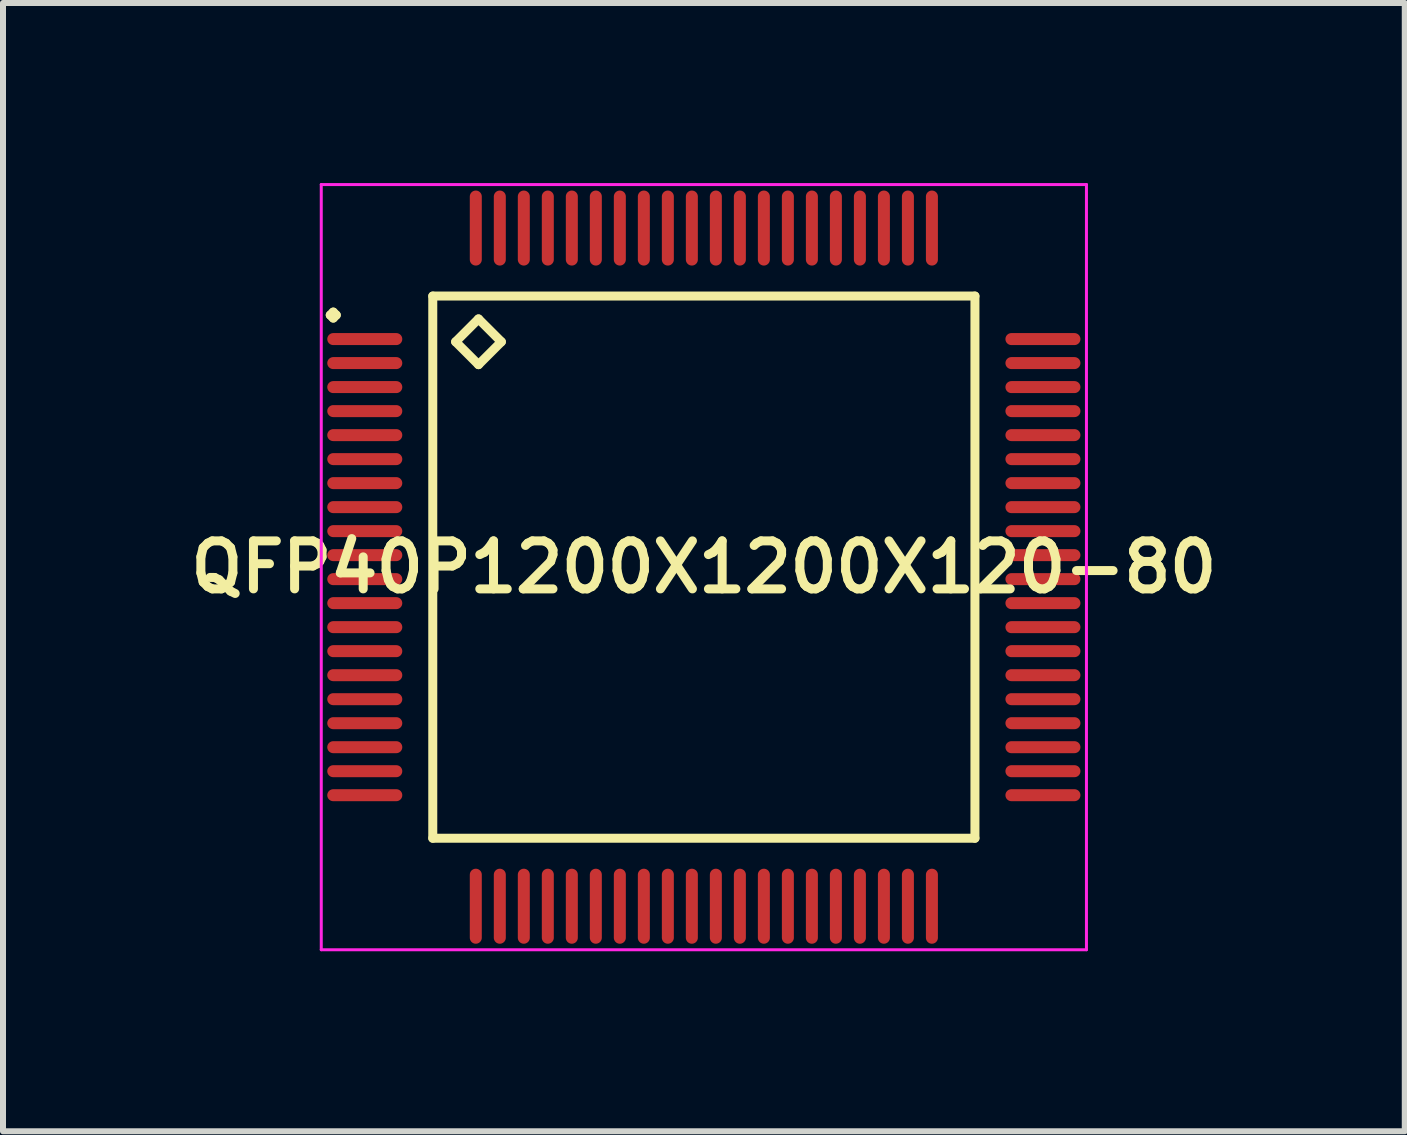
<source format=kicad_pcb>
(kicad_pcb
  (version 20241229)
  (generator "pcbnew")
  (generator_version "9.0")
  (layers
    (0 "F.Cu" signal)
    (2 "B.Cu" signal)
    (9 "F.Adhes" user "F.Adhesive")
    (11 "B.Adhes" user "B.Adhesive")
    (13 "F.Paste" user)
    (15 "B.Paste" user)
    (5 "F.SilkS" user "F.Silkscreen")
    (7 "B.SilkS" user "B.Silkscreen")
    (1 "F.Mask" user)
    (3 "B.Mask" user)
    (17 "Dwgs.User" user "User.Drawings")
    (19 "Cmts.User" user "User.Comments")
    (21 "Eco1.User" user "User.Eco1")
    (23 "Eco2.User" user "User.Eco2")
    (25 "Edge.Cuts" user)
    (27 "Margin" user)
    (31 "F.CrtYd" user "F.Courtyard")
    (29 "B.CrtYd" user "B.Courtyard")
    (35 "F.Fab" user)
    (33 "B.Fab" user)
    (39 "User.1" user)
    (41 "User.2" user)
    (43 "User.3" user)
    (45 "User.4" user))
  (footprint "QFP40P1200X1200X120-80"
    (layer "F.Cu")
    (at 8.678 6.4)
    (property "Reference" "QFP40P1200X1200X120-80" (at 0 0 0) (layer "F.SilkS") (effects (font (size 0.8 0.8) (thickness 0.15))))
    (attr smd)
    (fp_line (start -6.225 -4.2) (end -6.175 -4.25) (stroke (width 0.15) (type solid)) (layer "F.SilkS"))
    (fp_line (start -6.175 -4.25) (end -6.125 -4.2) (stroke (width 0.15) (type solid)) (layer "F.SilkS"))
    (fp_line (start -6.175 -4.15) (end -6.225 -4.2) (stroke (width 0.15) (type solid)) (layer "F.SilkS"))
    (fp_line (start -6.125 -4.2) (end -6.175 -4.15) (stroke (width 0.15) (type solid)) (layer "F.SilkS"))
    (fp_line (start -4.517 -4.517) (end -4.517 4.517) (stroke (width 0.15) (type solid)) (layer "F.SilkS"))
    (fp_line (start -4.517 4.517) (end 4.517 4.517) (stroke (width 0.15) (type solid)) (layer "F.SilkS"))
    (fp_line (start -4.136 -3.755) (end -3.755 -4.136) (stroke (width 0.15) (type solid)) (layer "F.SilkS"))
    (fp_line (start -3.755 -4.136) (end -3.374 -3.755) (stroke (width 0.15) (type solid)) (layer "F.SilkS"))
    (fp_line (start -3.755 -3.374) (end -4.136 -3.755) (stroke (width 0.15) (type solid)) (layer "F.SilkS"))
    (fp_line (start -3.374 -3.755) (end -3.755 -3.374) (stroke (width 0.15) (type solid)) (layer "F.SilkS"))
    (fp_line (start 4.517 -4.517) (end -4.517 -4.517) (stroke (width 0.15) (type solid)) (layer "F.SilkS"))
    (fp_line (start 4.517 4.517) (end 4.517 -4.517) (stroke (width 0.15) (type solid)) (layer "F.SilkS"))
    (fp_line (start -6.375 -6.375) (end 6.375 -6.375) (stroke (width 0.05) (type solid)) (layer "F.CrtYd"))
    (fp_line (start -6.375 6.375) (end -6.375 -6.375) (stroke (width 0.05) (type solid)) (layer "F.CrtYd"))
    (fp_line (start 6.375 -6.375) (end 6.375 6.375) (stroke (width 0.05) (type solid)) (layer "F.CrtYd"))
    (fp_line (start 6.375 6.375) (end -6.375 6.375) (stroke (width 0.05) (type solid)) (layer "F.CrtYd"))
    (pad "1" smd oval (at -5.65 -3.8) (size 1.25 0.2) (layers "F.Cu" "F.Mask" "F.Paste"))
    (pad "2" smd oval (at -5.65 -3.4) (size 1.25 0.2) (layers "F.Cu" "F.Mask" "F.Paste"))
    (pad "3" smd oval (at -5.65 -3) (size 1.25 0.2) (layers "F.Cu" "F.Mask" "F.Paste"))
    (pad "4" smd oval (at -5.65 -2.6) (size 1.25 0.2) (layers "F.Cu" "F.Mask" "F.Paste"))
    (pad "5" smd oval (at -5.65 -2.2) (size 1.25 0.2) (layers "F.Cu" "F.Mask" "F.Paste"))
    (pad "6" smd oval (at -5.65 -1.8) (size 1.25 0.2) (layers "F.Cu" "F.Mask" "F.Paste"))
    (pad "7" smd oval (at -5.65 -1.4) (size 1.25 0.2) (layers "F.Cu" "F.Mask" "F.Paste"))
    (pad "8" smd oval (at -5.65 -1) (size 1.25 0.2) (layers "F.Cu" "F.Mask" "F.Paste"))
    (pad "9" smd oval (at -5.65 -0.6) (size 1.25 0.2) (layers "F.Cu" "F.Mask" "F.Paste"))
    (pad "10" smd oval (at -5.65 -0.2) (size 1.25 0.2) (layers "F.Cu" "F.Mask" "F.Paste"))
    (pad "11" smd oval (at -5.65 0.2) (size 1.25 0.2) (layers "F.Cu" "F.Mask" "F.Paste"))
    (pad "12" smd oval (at -5.65 0.6) (size 1.25 0.2) (layers "F.Cu" "F.Mask" "F.Paste"))
    (pad "13" smd oval (at -5.65 1) (size 1.25 0.2) (layers "F.Cu" "F.Mask" "F.Paste"))
    (pad "14" smd oval (at -5.65 1.4) (size 1.25 0.2) (layers "F.Cu" "F.Mask" "F.Paste"))
    (pad "15" smd oval (at -5.65 1.8) (size 1.25 0.2) (layers "F.Cu" "F.Mask" "F.Paste"))
    (pad "16" smd oval (at -5.65 2.2) (size 1.25 0.2) (layers "F.Cu" "F.Mask" "F.Paste"))
    (pad "17" smd oval (at -5.65 2.6) (size 1.25 0.2) (layers "F.Cu" "F.Mask" "F.Paste"))
    (pad "18" smd oval (at -5.65 3) (size 1.25 0.2) (layers "F.Cu" "F.Mask" "F.Paste"))
    (pad "19" smd oval (at -5.65 3.4) (size 1.25 0.2) (layers "F.Cu" "F.Mask" "F.Paste"))
    (pad "20" smd oval (at -5.65 3.8) (size 1.25 0.2) (layers "F.Cu" "F.Mask" "F.Paste"))
    (pad "21" smd oval (at -3.8 5.65) (size 0.2 1.25) (layers "F.Cu" "F.Mask" "F.Paste"))
    (pad "22" smd oval (at -3.4 5.65) (size 0.2 1.25) (layers "F.Cu" "F.Mask" "F.Paste"))
    (pad "23" smd oval (at -3 5.65) (size 0.2 1.25) (layers "F.Cu" "F.Mask" "F.Paste"))
    (pad "24" smd oval (at -2.6 5.65) (size 0.2 1.25) (layers "F.Cu" "F.Mask" "F.Paste"))
    (pad "25" smd oval (at -2.2 5.65) (size 0.2 1.25) (layers "F.Cu" "F.Mask" "F.Paste"))
    (pad "26" smd oval (at -1.8 5.65) (size 0.2 1.25) (layers "F.Cu" "F.Mask" "F.Paste"))
    (pad "27" smd oval (at -1.4 5.65) (size 0.2 1.25) (layers "F.Cu" "F.Mask" "F.Paste"))
    (pad "28" smd oval (at -1 5.65) (size 0.2 1.25) (layers "F.Cu" "F.Mask" "F.Paste"))
    (pad "29" smd oval (at -0.6 5.65) (size 0.2 1.25) (layers "F.Cu" "F.Mask" "F.Paste"))
    (pad "30" smd oval (at -0.2 5.65) (size 0.2 1.25) (layers "F.Cu" "F.Mask" "F.Paste"))
    (pad "31" smd oval (at 0.2 5.65) (size 0.2 1.25) (layers "F.Cu" "F.Mask" "F.Paste"))
    (pad "32" smd oval (at 0.6 5.65) (size 0.2 1.25) (layers "F.Cu" "F.Mask" "F.Paste"))
    (pad "33" smd oval (at 1 5.65) (size 0.2 1.25) (layers "F.Cu" "F.Mask" "F.Paste"))
    (pad "34" smd oval (at 1.4 5.65) (size 0.2 1.25) (layers "F.Cu" "F.Mask" "F.Paste"))
    (pad "35" smd oval (at 1.8 5.65) (size 0.2 1.25) (layers "F.Cu" "F.Mask" "F.Paste"))
    (pad "36" smd oval (at 2.2 5.65) (size 0.2 1.25) (layers "F.Cu" "F.Mask" "F.Paste"))
    (pad "37" smd oval (at 2.6 5.65) (size 0.2 1.25) (layers "F.Cu" "F.Mask" "F.Paste"))
    (pad "38" smd oval (at 3 5.65) (size 0.2 1.25) (layers "F.Cu" "F.Mask" "F.Paste"))
    (pad "39" smd oval (at 3.4 5.65) (size 0.2 1.25) (layers "F.Cu" "F.Mask" "F.Paste"))
    (pad "40" smd oval (at 3.8 5.65) (size 0.2 1.25) (layers "F.Cu" "F.Mask" "F.Paste"))
    (pad "41" smd oval (at 5.65 3.8) (size 1.25 0.2) (layers "F.Cu" "F.Mask" "F.Paste"))
    (pad "42" smd oval (at 5.65 3.4) (size 1.25 0.2) (layers "F.Cu" "F.Mask" "F.Paste"))
    (pad "43" smd oval (at 5.65 3) (size 1.25 0.2) (layers "F.Cu" "F.Mask" "F.Paste"))
    (pad "44" smd oval (at 5.65 2.6) (size 1.25 0.2) (layers "F.Cu" "F.Mask" "F.Paste"))
    (pad "45" smd oval (at 5.65 2.2) (size 1.25 0.2) (layers "F.Cu" "F.Mask" "F.Paste"))
    (pad "46" smd oval (at 5.65 1.8) (size 1.25 0.2) (layers "F.Cu" "F.Mask" "F.Paste"))
    (pad "47" smd oval (at 5.65 1.4) (size 1.25 0.2) (layers "F.Cu" "F.Mask" "F.Paste"))
    (pad "48" smd oval (at 5.65 1) (size 1.25 0.2) (layers "F.Cu" "F.Mask" "F.Paste"))
    (pad "49" smd oval (at 5.65 0.6) (size 1.25 0.2) (layers "F.Cu" "F.Mask" "F.Paste"))
    (pad "50" smd oval (at 5.65 0.2) (size 1.25 0.2) (layers "F.Cu" "F.Mask" "F.Paste"))
    (pad "51" smd oval (at 5.65 -0.2) (size 1.25 0.2) (layers "F.Cu" "F.Mask" "F.Paste"))
    (pad "52" smd oval (at 5.65 -0.6) (size 1.25 0.2) (layers "F.Cu" "F.Mask" "F.Paste"))
    (pad "53" smd oval (at 5.65 -1) (size 1.25 0.2) (layers "F.Cu" "F.Mask" "F.Paste"))
    (pad "54" smd oval (at 5.65 -1.4) (size 1.25 0.2) (layers "F.Cu" "F.Mask" "F.Paste"))
    (pad "55" smd oval (at 5.65 -1.8) (size 1.25 0.2) (layers "F.Cu" "F.Mask" "F.Paste"))
    (pad "56" smd oval (at 5.65 -2.2) (size 1.25 0.2) (layers "F.Cu" "F.Mask" "F.Paste"))
    (pad "57" smd oval (at 5.65 -2.6) (size 1.25 0.2) (layers "F.Cu" "F.Mask" "F.Paste"))
    (pad "58" smd oval (at 5.65 -3) (size 1.25 0.2) (layers "F.Cu" "F.Mask" "F.Paste"))
    (pad "59" smd oval (at 5.65 -3.4) (size 1.25 0.2) (layers "F.Cu" "F.Mask" "F.Paste"))
    (pad "60" smd oval (at 5.65 -3.8) (size 1.25 0.2) (layers "F.Cu" "F.Mask" "F.Paste"))
    (pad "61" smd oval (at 3.8 -5.65) (size 0.2 1.25) (layers "F.Cu" "F.Mask" "F.Paste"))
    (pad "62" smd oval (at 3.4 -5.65) (size 0.2 1.25) (layers "F.Cu" "F.Mask" "F.Paste"))
    (pad "63" smd oval (at 3 -5.65) (size 0.2 1.25) (layers "F.Cu" "F.Mask" "F.Paste"))
    (pad "64" smd oval (at 2.6 -5.65) (size 0.2 1.25) (layers "F.Cu" "F.Mask" "F.Paste"))
    (pad "65" smd oval (at 2.2 -5.65) (size 0.2 1.25) (layers "F.Cu" "F.Mask" "F.Paste"))
    (pad "66" smd oval (at 1.8 -5.65) (size 0.2 1.25) (layers "F.Cu" "F.Mask" "F.Paste"))
    (pad "67" smd oval (at 1.4 -5.65) (size 0.2 1.25) (layers "F.Cu" "F.Mask" "F.Paste"))
    (pad "68" smd oval (at 1 -5.65) (size 0.2 1.25) (layers "F.Cu" "F.Mask" "F.Paste"))
    (pad "69" smd oval (at 0.6 -5.65) (size 0.2 1.25) (layers "F.Cu" "F.Mask" "F.Paste"))
    (pad "70" smd oval (at 0.2 -5.65) (size 0.2 1.25) (layers "F.Cu" "F.Mask" "F.Paste"))
    (pad "71" smd oval (at -0.2 -5.65) (size 0.2 1.25) (layers "F.Cu" "F.Mask" "F.Paste"))
    (pad "72" smd oval (at -0.6 -5.65) (size 0.2 1.25) (layers "F.Cu" "F.Mask" "F.Paste"))
    (pad "73" smd oval (at -1 -5.65) (size 0.2 1.25) (layers "F.Cu" "F.Mask" "F.Paste"))
    (pad "74" smd oval (at -1.4 -5.65) (size 0.2 1.25) (layers "F.Cu" "F.Mask" "F.Paste"))
    (pad "75" smd oval (at -1.8 -5.65) (size 0.2 1.25) (layers "F.Cu" "F.Mask" "F.Paste"))
    (pad "76" smd oval (at -2.2 -5.65) (size 0.2 1.25) (layers "F.Cu" "F.Mask" "F.Paste"))
    (pad "77" smd oval (at -2.6 -5.65) (size 0.2 1.25) (layers "F.Cu" "F.Mask" "F.Paste"))
    (pad "78" smd oval (at -3 -5.65) (size 0.2 1.25) (layers "F.Cu" "F.Mask" "F.Paste"))
    (pad "79" smd oval (at -3.4 -5.65) (size 0.2 1.25) (layers "F.Cu" "F.Mask" "F.Paste"))
    (pad "80" smd oval (at -3.8 -5.65) (size 0.2 1.25) (layers "F.Cu" "F.Mask" "F.Paste")))
  (gr_rect
    (start -3 -3)
    (end 20.357 15.8)
    (stroke (width 0.1) (type default))
    (fill no)
    (layer "Edge.Cuts")))
</source>
